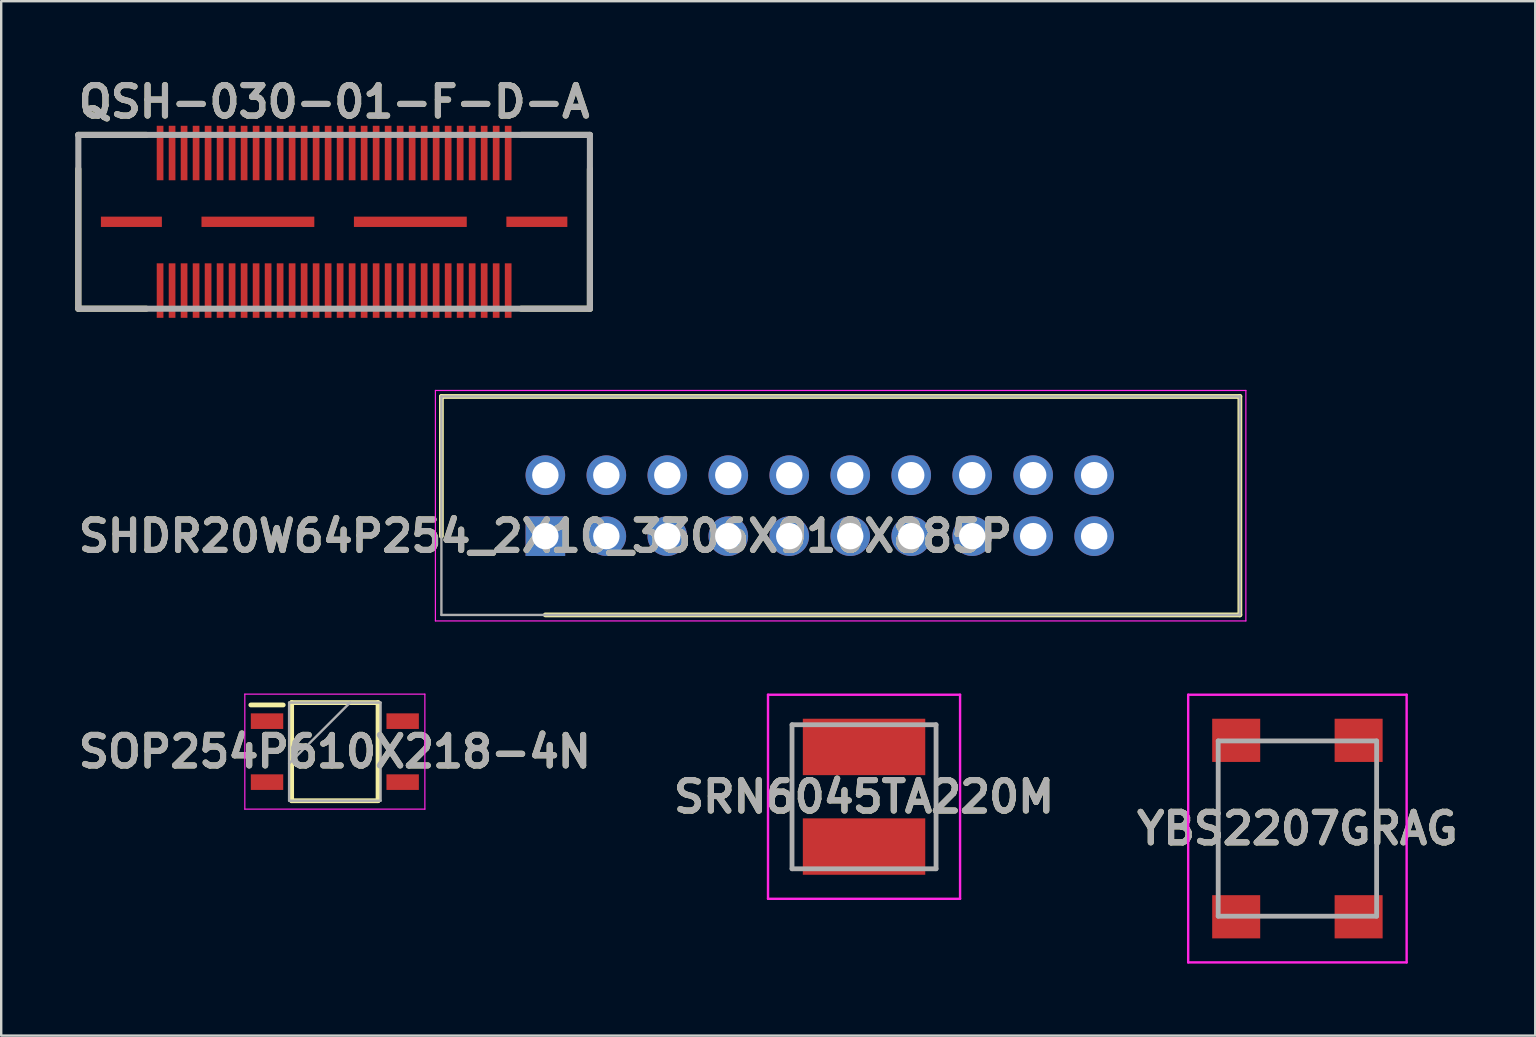
<source format=kicad_pcb>
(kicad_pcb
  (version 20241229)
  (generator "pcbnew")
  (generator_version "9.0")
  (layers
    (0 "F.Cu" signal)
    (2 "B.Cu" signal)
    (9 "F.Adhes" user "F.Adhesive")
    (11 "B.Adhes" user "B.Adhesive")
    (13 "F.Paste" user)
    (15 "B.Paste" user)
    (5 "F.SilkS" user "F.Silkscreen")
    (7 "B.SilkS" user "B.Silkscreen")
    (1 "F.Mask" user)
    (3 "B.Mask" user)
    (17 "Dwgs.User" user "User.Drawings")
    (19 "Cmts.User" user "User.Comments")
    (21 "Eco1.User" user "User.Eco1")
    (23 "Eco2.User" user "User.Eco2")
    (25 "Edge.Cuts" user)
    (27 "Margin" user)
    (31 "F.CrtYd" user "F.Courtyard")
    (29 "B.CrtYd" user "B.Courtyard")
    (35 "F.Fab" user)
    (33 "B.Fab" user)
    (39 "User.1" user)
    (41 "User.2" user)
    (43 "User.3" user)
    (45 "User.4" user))
  (footprint "SRN6045TA220M"
    (layer "F.Cu")
    (at 32.942 30.139)
    (property "Reference" "SRN6045TA220M" (at 0 0 0) (layer "F.SilkS") (effects (font (size 1.27 1.27) (thickness 0.254))))
    (attr smd)
    (fp_line (start -3 -3) (end -3 3) (stroke (width 0.1) (type solid)) (layer "F.SilkS"))
    (fp_line (start 3 -3) (end 3 3) (stroke (width 0.1) (type solid)) (layer "F.SilkS"))
    (fp_line (start -4 -4.25) (end 4 -4.25) (stroke (width 0.1) (type solid)) (layer "F.CrtYd"))
    (fp_line (start -4 4.25) (end -4 -4.25) (stroke (width 0.1) (type solid)) (layer "F.CrtYd"))
    (fp_line (start 4 -4.25) (end 4 4.25) (stroke (width 0.1) (type solid)) (layer "F.CrtYd"))
    (fp_line (start 4 4.25) (end -4 4.25) (stroke (width 0.1) (type solid)) (layer "F.CrtYd"))
    (fp_line (start -3 -3) (end 3 -3) (stroke (width 0.2) (type solid)) (layer "F.Fab"))
    (fp_line (start -3 3) (end -3 -3) (stroke (width 0.2) (type solid)) (layer "F.Fab"))
    (fp_line (start 3 -3) (end 3 3) (stroke (width 0.2) (type solid)) (layer "F.Fab"))
    (fp_line (start 3 3) (end -3 3) (stroke (width 0.2) (type solid)) (layer "F.Fab"))
    (fp_text user "${REFERENCE}" (at 0 0 0) (layer "F.Fab") (effects (font (size 1.27 1.27) (thickness 0.254))))
    (pad "1" smd rect (at 0 -2.075 90) (size 2.35 5.1) (layers "F.Cu" "F.Mask" "F.Paste"))
    (pad "2" smd rect (at 0 2.075 90) (size 2.35 5.1) (layers "F.Cu" "F.Mask" "F.Paste")))
  (footprint "QSH-030-01-F-D-A"
    (layer "F.Cu")
    (at 10.868 6.189)
    (property "Reference" "QSH-030-01-F-D-A" (at 0 -5 0) (layer "F.SilkS") (effects (font (size 1.27 1.27) (thickness 0.254))))
    (attr through_hole)
    (fp_line (start -10.655 -3.62) (end -7.825 -3.62) (stroke (width 0.254) (type solid)) (layer "F.SilkS"))
    (fp_line (start -10.655 3.62) (end -10.655 -2.2) (stroke (width 0.254) (type solid)) (layer "F.SilkS"))
    (fp_line (start -10.655 3.62) (end -7.825 3.62) (stroke (width 0.254) (type solid)) (layer "F.SilkS"))
    (fp_line (start 10.655 -3.62) (end 7.796 -3.62) (stroke (width 0.254) (type solid)) (layer "F.SilkS"))
    (fp_line (start 10.655 3.62) (end 7.796 3.62) (stroke (width 0.254) (type solid)) (layer "F.SilkS"))
    (fp_line (start 10.655 3.62) (end 10.655 -2.2) (stroke (width 0.254) (type solid)) (layer "F.SilkS"))
    (fp_line (start -10.655 -3.62) (end 10.655 -3.62) (stroke (width 0.254) (type solid)) (layer "F.Fab"))
    (fp_line (start -10.655 3.62) (end -10.655 -3.62) (stroke (width 0.254) (type solid)) (layer "F.Fab"))
    (fp_line (start 10.655 -3.62) (end 10.655 3.62) (stroke (width 0.254) (type solid)) (layer "F.Fab"))
    (fp_line (start 10.655 3.62) (end -10.655 3.62) (stroke (width 0.254) (type solid)) (layer "F.Fab"))
    (fp_text user "${REFERENCE}" (at 0 -5 0) (layer "F.Fab") (effects (font (size 1.27 1.27) (thickness 0.254))))
    (pad "" np_thru_hole circle (at -10.065 -2.67) (size 0.001 0.001) (drill 1.02) (layers "*.Cu" "*.Mask"))
    (pad "" np_thru_hole circle (at 10.065 -2.67) (size 0.001 0.001) (drill 1.02) (layers "*.Cu" "*.Mask"))
    (pad "1" smd rect (at 7.25 -2.865) (size 0.279 2.27) (layers "F.Cu" "F.Mask" "F.Paste"))
    (pad "2" smd rect (at 7.25 2.865) (size 0.279 2.27) (layers "F.Cu" "F.Mask" "F.Paste"))
    (pad "3" smd rect (at 6.75 -2.865) (size 0.279 2.27) (layers "F.Cu" "F.Mask" "F.Paste"))
    (pad "4" smd rect (at 6.75 2.865) (size 0.279 2.27) (layers "F.Cu" "F.Mask" "F.Paste"))
    (pad "5" smd rect (at 6.25 -2.865) (size 0.279 2.27) (layers "F.Cu" "F.Mask" "F.Paste"))
    (pad "6" smd rect (at 6.25 2.865) (size 0.279 2.27) (layers "F.Cu" "F.Mask" "F.Paste"))
    (pad "7" smd rect (at 5.75 -2.865) (size 0.279 2.27) (layers "F.Cu" "F.Mask" "F.Paste"))
    (pad "8" smd rect (at 5.75 2.865) (size 0.279 2.27) (layers "F.Cu" "F.Mask" "F.Paste"))
    (pad "9" smd rect (at 5.25 -2.865) (size 0.279 2.27) (layers "F.Cu" "F.Mask" "F.Paste"))
    (pad "10" smd rect (at 5.25 2.865) (size 0.279 2.27) (layers "F.Cu" "F.Mask" "F.Paste"))
    (pad "11" smd rect (at 4.75 -2.865) (size 0.279 2.27) (layers "F.Cu" "F.Mask" "F.Paste"))
    (pad "12" smd rect (at 4.75 2.865) (size 0.279 2.27) (layers "F.Cu" "F.Mask" "F.Paste"))
    (pad "13" smd rect (at 4.25 -2.865) (size 0.279 2.27) (layers "F.Cu" "F.Mask" "F.Paste"))
    (pad "14" smd rect (at 4.25 2.865) (size 0.279 2.27) (layers "F.Cu" "F.Mask" "F.Paste"))
    (pad "15" smd rect (at 3.75 -2.865) (size 0.279 2.27) (layers "F.Cu" "F.Mask" "F.Paste"))
    (pad "16" smd rect (at 3.75 2.865) (size 0.279 2.27) (layers "F.Cu" "F.Mask" "F.Paste"))
    (pad "17" smd rect (at 3.25 -2.865) (size 0.279 2.27) (layers "F.Cu" "F.Mask" "F.Paste"))
    (pad "18" smd rect (at 3.25 2.865) (size 0.279 2.27) (layers "F.Cu" "F.Mask" "F.Paste"))
    (pad "19" smd rect (at 2.75 -2.865) (size 0.279 2.27) (layers "F.Cu" "F.Mask" "F.Paste"))
    (pad "20" smd rect (at 2.75 2.865) (size 0.279 2.27) (layers "F.Cu" "F.Mask" "F.Paste"))
    (pad "21" smd rect (at 2.25 -2.865) (size 0.279 2.27) (layers "F.Cu" "F.Mask" "F.Paste"))
    (pad "22" smd rect (at 2.25 2.865) (size 0.279 2.27) (layers "F.Cu" "F.Mask" "F.Paste"))
    (pad "23" smd rect (at 1.75 -2.865) (size 0.279 2.27) (layers "F.Cu" "F.Mask" "F.Paste"))
    (pad "24" smd rect (at 1.75 2.865) (size 0.279 2.27) (layers "F.Cu" "F.Mask" "F.Paste"))
    (pad "25" smd rect (at 1.25 -2.865) (size 0.279 2.27) (layers "F.Cu" "F.Mask" "F.Paste"))
    (pad "26" smd rect (at 1.25 2.865) (size 0.279 2.27) (layers "F.Cu" "F.Mask" "F.Paste"))
    (pad "27" smd rect (at 0.75 -2.865) (size 0.279 2.27) (layers "F.Cu" "F.Mask" "F.Paste"))
    (pad "28" smd rect (at 0.75 2.865) (size 0.279 2.27) (layers "F.Cu" "F.Mask" "F.Paste"))
    (pad "29" smd rect (at 0.25 -2.865) (size 0.279 2.27) (layers "F.Cu" "F.Mask" "F.Paste"))
    (pad "30" smd rect (at 0.25 2.865) (size 0.279 2.27) (layers "F.Cu" "F.Mask" "F.Paste"))
    (pad "31" smd rect (at -0.25 -2.865) (size 0.279 2.27) (layers "F.Cu" "F.Mask" "F.Paste"))
    (pad "32" smd rect (at -0.25 2.865) (size 0.279 2.27) (layers "F.Cu" "F.Mask" "F.Paste"))
    (pad "33" smd rect (at -0.75 -2.865) (size 0.279 2.27) (layers "F.Cu" "F.Mask" "F.Paste"))
    (pad "34" smd rect (at -0.75 2.865) (size 0.279 2.27) (layers "F.Cu" "F.Mask" "F.Paste"))
    (pad "35" smd rect (at -1.25 -2.865) (size 0.279 2.27) (layers "F.Cu" "F.Mask" "F.Paste"))
    (pad "36" smd rect (at -1.25 2.865) (size 0.279 2.27) (layers "F.Cu" "F.Mask" "F.Paste"))
    (pad "37" smd rect (at -1.75 -2.865) (size 0.279 2.27) (layers "F.Cu" "F.Mask" "F.Paste"))
    (pad "38" smd rect (at -1.75 2.865) (size 0.279 2.27) (layers "F.Cu" "F.Mask" "F.Paste"))
    (pad "39" smd rect (at -2.25 -2.865) (size 0.279 2.27) (layers "F.Cu" "F.Mask" "F.Paste"))
    (pad "40" smd rect (at -2.25 2.865) (size 0.279 2.27) (layers "F.Cu" "F.Mask" "F.Paste"))
    (pad "41" smd rect (at -2.75 -2.865) (size 0.279 2.27) (layers "F.Cu" "F.Mask" "F.Paste"))
    (pad "42" smd rect (at -2.75 2.865) (size 0.279 2.27) (layers "F.Cu" "F.Mask" "F.Paste"))
    (pad "43" smd rect (at -3.25 -2.865) (size 0.279 2.27) (layers "F.Cu" "F.Mask" "F.Paste"))
    (pad "44" smd rect (at -3.25 2.865) (size 0.279 2.27) (layers "F.Cu" "F.Mask" "F.Paste"))
    (pad "45" smd rect (at -3.75 -2.865) (size 0.279 2.27) (layers "F.Cu" "F.Mask" "F.Paste"))
    (pad "46" smd rect (at -3.75 2.865) (size 0.279 2.27) (layers "F.Cu" "F.Mask" "F.Paste"))
    (pad "47" smd rect (at -4.25 -2.865) (size 0.279 2.27) (layers "F.Cu" "F.Mask" "F.Paste"))
    (pad "48" smd rect (at -4.25 2.865) (size 0.279 2.27) (layers "F.Cu" "F.Mask" "F.Paste"))
    (pad "49" smd rect (at -4.75 -2.865) (size 0.279 2.27) (layers "F.Cu" "F.Mask" "F.Paste"))
    (pad "50" smd rect (at -4.75 2.865) (size 0.279 2.27) (layers "F.Cu" "F.Mask" "F.Paste"))
    (pad "51" smd rect (at -5.25 -2.865) (size 0.279 2.27) (layers "F.Cu" "F.Mask" "F.Paste"))
    (pad "52" smd rect (at -5.25 2.865) (size 0.279 2.27) (layers "F.Cu" "F.Mask" "F.Paste"))
    (pad "53" smd rect (at -5.75 -2.865) (size 0.279 2.27) (layers "F.Cu" "F.Mask" "F.Paste"))
    (pad "54" smd rect (at -5.75 2.865) (size 0.279 2.27) (layers "F.Cu" "F.Mask" "F.Paste"))
    (pad "55" smd rect (at -6.25 -2.865) (size 0.279 2.27) (layers "F.Cu" "F.Mask" "F.Paste"))
    (pad "56" smd rect (at -6.25 2.865) (size 0.279 2.27) (layers "F.Cu" "F.Mask" "F.Paste"))
    (pad "57" smd rect (at -6.75 -2.865) (size 0.279 2.27) (layers "F.Cu" "F.Mask" "F.Paste"))
    (pad "58" smd rect (at -6.75 2.865) (size 0.279 2.27) (layers "F.Cu" "F.Mask" "F.Paste"))
    (pad "59" smd rect (at -7.25 -2.865) (size 0.279 2.27) (layers "F.Cu" "F.Mask" "F.Paste"))
    (pad "60" smd rect (at -7.25 2.865) (size 0.279 2.27) (layers "F.Cu" "F.Mask" "F.Paste"))
    (pad "61" smd rect (at 8.445 0 90) (size 0.43 2.54) (layers "F.Cu" "F.Mask" "F.Paste"))
    (pad "62" smd rect (at 3.175 0 90) (size 0.43 4.7) (layers "F.Cu" "F.Mask" "F.Paste"))
    (pad "63" smd rect (at -3.175 0 90) (size 0.43 4.7) (layers "F.Cu" "F.Mask" "F.Paste"))
    (pad "64" smd rect (at -8.445 0 90) (size 0.43 2.54) (layers "F.Cu" "F.Mask" "F.Paste")))
  (footprint "SHDR20W64P254_2X10_3306X910X885P"
    (layer "F.Cu")
    (at 19.667 19.284)
    (property "Reference" "SHDR20W64P254_2X10_3306X910X885P" (at 0 0 0) (layer "F.SilkS") (effects (font (size 1.27 1.27) (thickness 0.254))))
    (attr through_hole)
    (fp_line (start -4.33 -5.82) (end -4.33 0) (stroke (width 0.2) (type solid)) (layer "F.SilkS"))
    (fp_line (start 0 3.28) (end 28.93 3.28) (stroke (width 0.2) (type solid)) (layer "F.SilkS"))
    (fp_line (start 28.93 -5.82) (end -4.33 -5.82) (stroke (width 0.2) (type solid)) (layer "F.SilkS"))
    (fp_line (start 28.93 3.28) (end 28.93 -5.82) (stroke (width 0.2) (type solid)) (layer "F.SilkS"))
    (fp_line (start -4.58 -6.07) (end 29.18 -6.07) (stroke (width 0.05) (type solid)) (layer "F.CrtYd"))
    (fp_line (start -4.58 3.53) (end -4.58 -6.07) (stroke (width 0.05) (type solid)) (layer "F.CrtYd"))
    (fp_line (start 29.18 -6.07) (end 29.18 3.53) (stroke (width 0.05) (type solid)) (layer "F.CrtYd"))
    (fp_line (start 29.18 3.53) (end -4.58 3.53) (stroke (width 0.05) (type solid)) (layer "F.CrtYd"))
    (fp_line (start -4.33 -5.82) (end 28.93 -5.82) (stroke (width 0.1) (type solid)) (layer "F.Fab"))
    (fp_line (start -4.33 3.28) (end -4.33 -5.82) (stroke (width 0.1) (type solid)) (layer "F.Fab"))
    (fp_line (start 28.93 -5.82) (end 28.93 3.28) (stroke (width 0.1) (type solid)) (layer "F.Fab"))
    (fp_line (start 28.93 3.28) (end -4.33 3.28) (stroke (width 0.1) (type solid)) (layer "F.Fab"))
    (fp_text user "${REFERENCE}" (at 0 0 0) (layer "F.Fab") (effects (font (size 1.27 1.27) (thickness 0.254))))
    (pad "1" thru_hole rect (at 0 0) (size 1.65 1.65) (drill 1.1) (layers "*.Cu" "*.Mask"))
    (pad "2" thru_hole circle (at 0 -2.54) (size 1.65 1.65) (drill 1.1) (layers "*.Cu" "*.Mask"))
    (pad "3" thru_hole circle (at 2.54 0) (size 1.65 1.65) (drill 1.1) (layers "*.Cu" "*.Mask"))
    (pad "4" thru_hole circle (at 2.54 -2.54) (size 1.65 1.65) (drill 1.1) (layers "*.Cu" "*.Mask"))
    (pad "5" thru_hole circle (at 5.08 0) (size 1.65 1.65) (drill 1.1) (layers "*.Cu" "*.Mask"))
    (pad "6" thru_hole circle (at 5.08 -2.54) (size 1.65 1.65) (drill 1.1) (layers "*.Cu" "*.Mask"))
    (pad "7" thru_hole circle (at 7.62 0) (size 1.65 1.65) (drill 1.1) (layers "*.Cu" "*.Mask"))
    (pad "8" thru_hole circle (at 7.62 -2.54) (size 1.65 1.65) (drill 1.1) (layers "*.Cu" "*.Mask"))
    (pad "9" thru_hole circle (at 10.16 0) (size 1.65 1.65) (drill 1.1) (layers "*.Cu" "*.Mask"))
    (pad "10" thru_hole circle (at 10.16 -2.54) (size 1.65 1.65) (drill 1.1) (layers "*.Cu" "*.Mask"))
    (pad "11" thru_hole circle (at 12.7 0) (size 1.65 1.65) (drill 1.1) (layers "*.Cu" "*.Mask"))
    (pad "12" thru_hole circle (at 12.7 -2.54) (size 1.65 1.65) (drill 1.1) (layers "*.Cu" "*.Mask"))
    (pad "13" thru_hole circle (at 15.24 0) (size 1.65 1.65) (drill 1.1) (layers "*.Cu" "*.Mask"))
    (pad "14" thru_hole circle (at 15.24 -2.54) (size 1.65 1.65) (drill 1.1) (layers "*.Cu" "*.Mask"))
    (pad "15" thru_hole circle (at 17.78 0) (size 1.65 1.65) (drill 1.1) (layers "*.Cu" "*.Mask"))
    (pad "16" thru_hole circle (at 17.78 -2.54) (size 1.65 1.65) (drill 1.1) (layers "*.Cu" "*.Mask"))
    (pad "17" thru_hole circle (at 20.32 0) (size 1.65 1.65) (drill 1.1) (layers "*.Cu" "*.Mask"))
    (pad "18" thru_hole circle (at 20.32 -2.54) (size 1.65 1.65) (drill 1.1) (layers "*.Cu" "*.Mask"))
    (pad "19" thru_hole circle (at 22.86 0) (size 1.65 1.65) (drill 1.1) (layers "*.Cu" "*.Mask"))
    (pad "20" thru_hole circle (at 22.86 -2.54) (size 1.65 1.65) (drill 1.1) (layers "*.Cu" "*.Mask")))
  (footprint "SOP254P610X218-4N"
    (layer "F.Cu")
    (at 10.898 28.26)
    (property "Reference" "SOP254P610X218-4N" (at 0 0 0) (layer "F.SilkS") (effects (font (size 1.27 1.27) (thickness 0.254))))
    (attr smd)
    (fp_line (start -3.5 -1.945) (end -2.15 -1.945) (stroke (width 0.2) (type solid)) (layer "F.SilkS"))
    (fp_line (start -1.8 -2.044) (end 1.8 -2.044) (stroke (width 0.2) (type solid)) (layer "F.SilkS"))
    (fp_line (start -1.8 2.044) (end -1.8 -2.044) (stroke (width 0.2) (type solid)) (layer "F.SilkS"))
    (fp_line (start 1.8 -2.044) (end 1.8 2.044) (stroke (width 0.2) (type solid)) (layer "F.SilkS"))
    (fp_line (start 1.8 2.044) (end -1.8 2.044) (stroke (width 0.2) (type solid)) (layer "F.SilkS"))
    (fp_line (start -3.75 -2.396) (end 3.75 -2.396) (stroke (width 0.05) (type solid)) (layer "F.CrtYd"))
    (fp_line (start -3.75 2.396) (end -3.75 -2.396) (stroke (width 0.05) (type solid)) (layer "F.CrtYd"))
    (fp_line (start 3.75 -2.396) (end 3.75 2.396) (stroke (width 0.05) (type solid)) (layer "F.CrtYd"))
    (fp_line (start 3.75 2.396) (end -3.75 2.396) (stroke (width 0.05) (type solid)) (layer "F.CrtYd"))
    (fp_line (start -1.905 -2.044) (end 1.905 -2.044) (stroke (width 0.1) (type solid)) (layer "F.Fab"))
    (fp_line (start -1.905 0.496) (end 0.635 -2.044) (stroke (width 0.1) (type solid)) (layer "F.Fab"))
    (fp_line (start -1.905 2.044) (end -1.905 -2.044) (stroke (width 0.1) (type solid)) (layer "F.Fab"))
    (fp_line (start 1.905 -2.044) (end 1.905 2.044) (stroke (width 0.1) (type solid)) (layer "F.Fab"))
    (fp_line (start 1.905 2.044) (end -1.905 2.044) (stroke (width 0.1) (type solid)) (layer "F.Fab"))
    (fp_text user "${REFERENCE}" (at 0 0 0) (layer "F.Fab") (effects (font (size 1.27 1.27) (thickness 0.254))))
    (pad "1" smd rect (at -2.825 -1.27 90) (size 0.65 1.35) (layers "F.Cu" "F.Mask" "F.Paste"))
    (pad "2" smd rect (at -2.825 1.27 90) (size 0.65 1.35) (layers "F.Cu" "F.Mask" "F.Paste"))
    (pad "3" smd rect (at 2.825 1.27 90) (size 0.65 1.35) (layers "F.Cu" "F.Mask" "F.Paste"))
    (pad "4" smd rect (at 2.825 -1.27 90) (size 0.65 1.35) (layers "F.Cu" "F.Mask" "F.Paste")))
  (footprint "YBS2207GRAG"
    (layer "F.Cu")
    (at 50.994 31.464)
    (property "Reference" "YBS2207GRAG" (at 0 0 0) (layer "F.SilkS") (effects (font (size 1.27 1.27) (thickness 0.254))))
    (attr smd)
    (fp_line (start -3.3 -2) (end -3.3 2) (stroke (width 0.1) (type solid)) (layer "F.SilkS"))
    (fp_line (start -1 -3.65) (end 1 -3.675) (stroke (width 0.1) (type solid)) (layer "F.SilkS"))
    (fp_line (start -1 3.65) (end 1 3.65) (stroke (width 0.1) (type solid)) (layer "F.SilkS"))
    (fp_line (start 3.3 -2) (end 3.3 2.5) (stroke (width 0.1) (type solid)) (layer "F.SilkS"))
    (fp_line (start -4.55 -5.575) (end 4.55 -5.575) (stroke (width 0.1) (type solid)) (layer "F.CrtYd"))
    (fp_line (start -4.55 5.575) (end -4.55 -5.575) (stroke (width 0.1) (type solid)) (layer "F.CrtYd"))
    (fp_line (start 4.55 -5.575) (end 4.55 5.575) (stroke (width 0.1) (type solid)) (layer "F.CrtYd"))
    (fp_line (start 4.55 5.575) (end -4.55 5.575) (stroke (width 0.1) (type solid)) (layer "F.CrtYd"))
    (fp_line (start -3.3 -3.65) (end 3.3 -3.65) (stroke (width 0.2) (type solid)) (layer "F.Fab"))
    (fp_line (start -3.3 3.65) (end -3.3 -3.65) (stroke (width 0.2) (type solid)) (layer "F.Fab"))
    (fp_line (start 3.3 -3.65) (end 3.3 3.65) (stroke (width 0.2) (type solid)) (layer "F.Fab"))
    (fp_line (start 3.3 3.65) (end -3.3 3.65) (stroke (width 0.2) (type solid)) (layer "F.Fab"))
    (fp_text user "${REFERENCE}" (at 0 0 0) (layer "F.Fab") (effects (font (size 1.27 1.27) (thickness 0.254))))
    (pad "1" smd rect (at -2.55 3.675 90) (size 1.8 2) (layers "F.Cu" "F.Mask" "F.Paste"))
    (pad "2" smd rect (at 2.55 3.675 90) (size 1.8 2) (layers "F.Cu" "F.Mask" "F.Paste"))
    (pad "3" smd rect (at 2.55 -3.675 90) (size 1.8 2) (layers "F.Cu" "F.Mask" "F.Paste"))
    (pad "4" smd rect (at -2.55 -3.675 90) (size 1.8 2) (layers "F.Cu" "F.Mask" "F.Paste")))
  (gr_rect
    (start -3 -3)
    (end 60.901 40.089)
    (stroke (width 0.1) (type default))
    (fill no)
    (layer "Edge.Cuts")))
</source>
